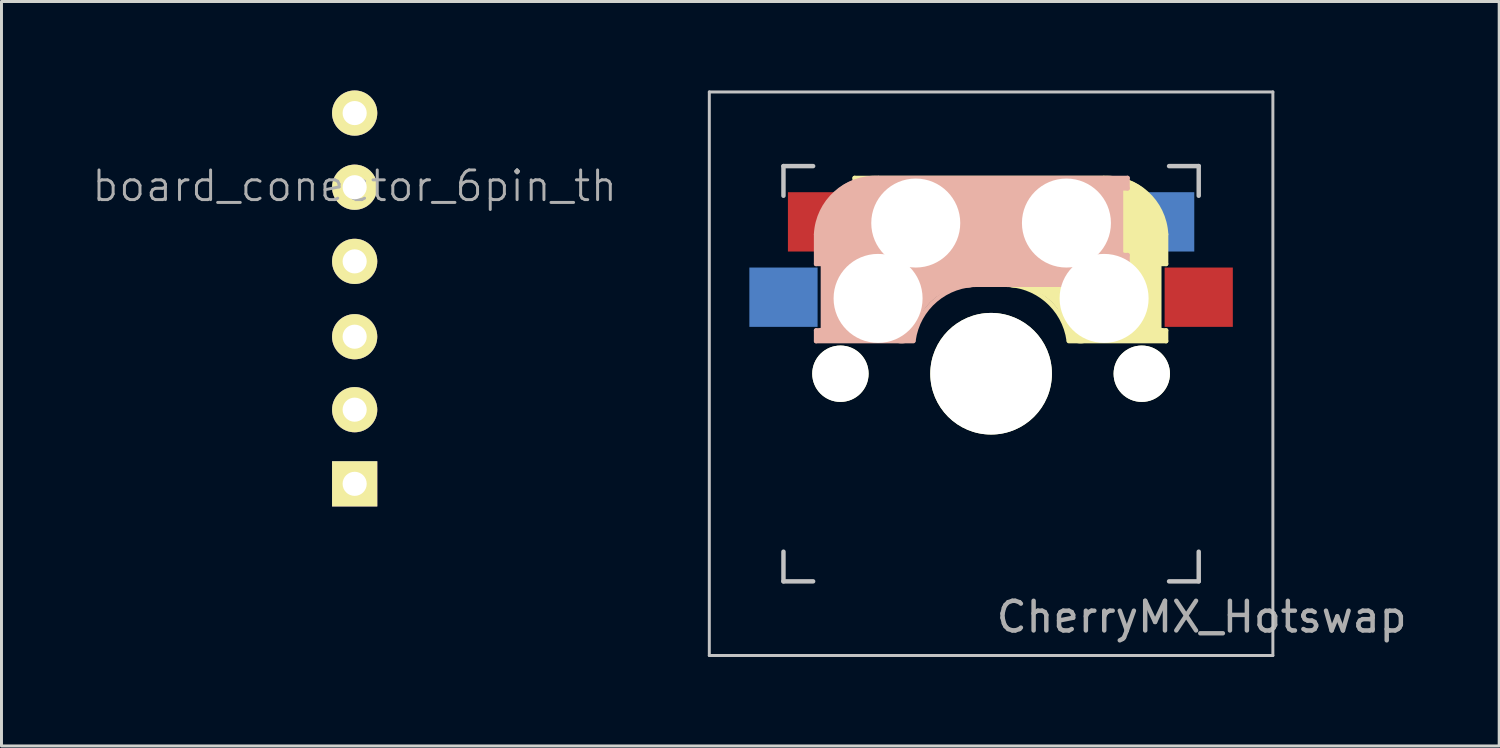
<source format=kicad_pcb>
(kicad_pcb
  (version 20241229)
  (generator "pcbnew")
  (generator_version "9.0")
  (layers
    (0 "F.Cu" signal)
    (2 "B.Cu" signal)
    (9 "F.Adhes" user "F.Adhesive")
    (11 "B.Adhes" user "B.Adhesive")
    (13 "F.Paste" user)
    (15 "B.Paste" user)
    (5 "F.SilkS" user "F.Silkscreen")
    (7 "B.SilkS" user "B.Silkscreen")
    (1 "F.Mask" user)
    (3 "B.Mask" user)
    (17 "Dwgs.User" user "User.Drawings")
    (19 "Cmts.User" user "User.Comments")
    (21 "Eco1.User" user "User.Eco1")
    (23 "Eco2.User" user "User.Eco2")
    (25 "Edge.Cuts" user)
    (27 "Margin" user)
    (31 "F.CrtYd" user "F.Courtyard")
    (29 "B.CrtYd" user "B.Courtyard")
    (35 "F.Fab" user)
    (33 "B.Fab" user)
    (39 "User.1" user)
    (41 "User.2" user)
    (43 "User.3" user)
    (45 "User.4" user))
  (footprint "CherryMX_Hotswap"
    (layer "F.Cu")
    (at 30.364 9.55)
    (property "Reference" "CherryMX_Hotswap" (at 7.1 8.2 0) (layer "F.Fab") (effects (font (size 1 1) (thickness 0.15))))
    (attr through_hole)
    (fp_line (start -4.6 -6.6) (end 3.8 -6.6) (stroke (width 0.15) (type solid)) (layer "F.SilkS"))
    (fp_line (start -4.6 -6.25) (end -4.6 -6.6) (stroke (width 0.15) (type solid)) (layer "F.SilkS"))
    (fp_line (start -4.6 -4) (end -4.4 -4) (stroke (width 0.15) (type solid)) (layer "F.SilkS"))
    (fp_line (start -4.6 -3) (end -4.6 -4) (stroke (width 0.15) (type solid)) (layer "F.SilkS"))
    (fp_line (start -4.4 -6.4) (end -3 -6.4) (stroke (width 0.4) (type solid)) (layer "F.SilkS"))
    (fp_line (start -4.4 -6.25) (end -4.6 -6.25) (stroke (width 0.15) (type solid)) (layer "F.SilkS"))
    (fp_line (start -4.4 -3.9) (end -4.4 -3.2) (stroke (width 0.4) (type solid)) (layer "F.SilkS"))
    (fp_line (start -4.38 -4) (end -4.38 -6.25) (stroke (width 0.15) (type solid)) (layer "F.SilkS"))
    (fp_line (start -4.3 -3.3) (end -2.9 -3.3) (stroke (width 0.5) (type solid)) (layer "F.SilkS"))
    (fp_line (start -3.9 -6) (end -3.9 -3.5) (stroke (width 1) (type solid)) (layer "F.SilkS"))
    (fp_line (start -2.6 -4.8) (end 4.1 -4.8) (stroke (width 3.5) (type solid)) (layer "F.SilkS"))
    (fp_line (start 0.4 -3) (end -4.6 -3) (stroke (width 0.15) (type solid)) (layer "F.SilkS"))
    (fp_line (start 4.17 -5.1) (end 4.17 -2.86) (stroke (width 3) (type solid)) (layer "F.SilkS"))
    (fp_line (start 5.3 -1.6) (end 5.3 -3.4) (stroke (width 0.8) (type solid)) (layer "F.SilkS"))
    (fp_line (start 5.67 -3.7) (end 5.67 -1.46) (stroke (width 0.15) (type solid)) (layer "F.SilkS"))
    (fp_line (start 5.7 -1.46) (end 5.9 -1.46) (stroke (width 0.15) (type solid)) (layer "F.SilkS"))
    (fp_line (start 5.7 -1.3) (end 3 -1.3) (stroke (width 0.5) (type solid)) (layer "F.SilkS"))
    (fp_line (start 5.8 -3.8) (end 5.8 -4.7) (stroke (width 0.3) (type solid)) (layer "F.SilkS"))
    (fp_line (start 5.9 -4.7) (end 5.9 -3.7) (stroke (width 0.15) (type solid)) (layer "F.SilkS"))
    (fp_line (start 5.9 -3.7) (end 5.7 -3.7) (stroke (width 0.15) (type solid)) (layer "F.SilkS"))
    (fp_line (start 5.9 -1.1) (end 2.62 -1.1) (stroke (width 0.15) (type solid)) (layer "F.SilkS"))
    (fp_line (start 5.9 -1.1) (end 5.9 -1.46) (stroke (width 0.15) (type solid)) (layer "F.SilkS"))
    (fp_arc (start 0.4 -3) (mid 1.868709 -2.486118) (end 2.616318 -1.121471) (stroke (width 0.15) (type solid)) (layer "F.SilkS"))
    (fp_arc (start 0.8 -3.4) (mid 2.268709 -2.886118) (end 3.016318 -1.521471) (stroke (width 1) (type solid)) (layer "F.SilkS"))
    (fp_arc (start 3.8 -6.600001) (mid 5.243504 -6.084925) (end 5.900001 -4.7) (stroke (width 0.15) (type solid)) (layer "F.SilkS"))
    (fp_line (start -5.9 -4.7) (end -5.9 -3.7) (stroke (width 0.15) (type solid)) (layer "B.SilkS"))
    (fp_line (start -5.9 -3.7) (end -5.7 -3.7) (stroke (width 0.15) (type solid)) (layer "B.SilkS"))
    (fp_line (start -5.9 -1.1) (end -5.9 -1.46) (stroke (width 0.15) (type solid)) (layer "B.SilkS"))
    (fp_line (start -5.9 -1.1) (end -2.62 -1.1) (stroke (width 0.15) (type solid)) (layer "B.SilkS"))
    (fp_line (start -5.8 -3.8) (end -5.8 -4.7) (stroke (width 0.3) (type solid)) (layer "B.SilkS"))
    (fp_line (start -5.7 -1.46) (end -5.9 -1.46) (stroke (width 0.15) (type solid)) (layer "B.SilkS"))
    (fp_line (start -5.7 -1.3) (end -3 -1.3) (stroke (width 0.5) (type solid)) (layer "B.SilkS"))
    (fp_line (start -5.67 -3.7) (end -5.67 -1.46) (stroke (width 0.15) (type solid)) (layer "B.SilkS"))
    (fp_line (start -5.3 -1.6) (end -5.3 -3.4) (stroke (width 0.8) (type solid)) (layer "B.SilkS"))
    (fp_line (start -4.17 -5.1) (end -4.17 -2.86) (stroke (width 3) (type solid)) (layer "B.SilkS"))
    (fp_line (start -0.4 -3) (end 4.6 -3) (stroke (width 0.15) (type solid)) (layer "B.SilkS"))
    (fp_line (start 2.6 -4.8) (end -4.1 -4.8) (stroke (width 3.5) (type solid)) (layer "B.SilkS"))
    (fp_line (start 3.9 -6) (end 3.9 -3.5) (stroke (width 1) (type solid)) (layer "B.SilkS"))
    (fp_line (start 4.3 -3.3) (end 2.9 -3.3) (stroke (width 0.5) (type solid)) (layer "B.SilkS"))
    (fp_line (start 4.38 -4) (end 4.38 -6.25) (stroke (width 0.15) (type solid)) (layer "B.SilkS"))
    (fp_line (start 4.4 -6.4) (end 3 -6.4) (stroke (width 0.4) (type solid)) (layer "B.SilkS"))
    (fp_line (start 4.4 -6.25) (end 4.6 -6.25) (stroke (width 0.15) (type solid)) (layer "B.SilkS"))
    (fp_line (start 4.4 -3.9) (end 4.4 -3.2) (stroke (width 0.4) (type solid)) (layer "B.SilkS"))
    (fp_line (start 4.6 -6.6) (end -3.8 -6.6) (stroke (width 0.15) (type solid)) (layer "B.SilkS"))
    (fp_line (start 4.6 -6.25) (end 4.6 -6.6) (stroke (width 0.15) (type solid)) (layer "B.SilkS"))
    (fp_line (start 4.6 -4) (end 4.4 -4) (stroke (width 0.15) (type solid)) (layer "B.SilkS"))
    (fp_line (start 4.6 -3) (end 4.6 -4) (stroke (width 0.15) (type solid)) (layer "B.SilkS"))
    (fp_arc (start -5.9 -4.699999) (mid -5.243504 -6.084924) (end -3.800001 -6.6) (stroke (width 0.15) (type solid)) (layer "B.SilkS"))
    (fp_arc (start -3.016318 -1.521471) (mid -2.268709 -2.886118) (end -0.8 -3.4) (stroke (width 1) (type solid)) (layer "B.SilkS"))
    (fp_arc (start -2.616318 -1.121471) (mid -1.868709 -2.486118) (end -0.4 -3) (stroke (width 0.15) (type solid)) (layer "B.SilkS"))
    (fp_line (start -9.5 -9.5) (end 9.5 -9.5) (stroke (width 0.1) (type solid)) (layer "Dwgs.User"))
    (fp_line (start -9.5 9.5) (end -9.5 -9.5) (stroke (width 0.1) (type solid)) (layer "Dwgs.User"))
    (fp_line (start -7 -7) (end -6 -7) (stroke (width 0.15) (type solid)) (layer "Dwgs.User"))
    (fp_line (start -7 -6) (end -7 -7) (stroke (width 0.15) (type solid)) (layer "Dwgs.User"))
    (fp_line (start -7 6) (end -7 7) (stroke (width 0.15) (type solid)) (layer "Dwgs.User"))
    (fp_line (start -7 7) (end -6 7) (stroke (width 0.15) (type solid)) (layer "Dwgs.User"))
    (fp_line (start 6 7) (end 7 7) (stroke (width 0.15) (type solid)) (layer "Dwgs.User"))
    (fp_line (start 7 -7) (end 6 -7) (stroke (width 0.15) (type solid)) (layer "Dwgs.User"))
    (fp_line (start 7 -7) (end 7 -6) (stroke (width 0.15) (type solid)) (layer "Dwgs.User"))
    (fp_line (start 7 7) (end 7 6) (stroke (width 0.15) (type solid)) (layer "Dwgs.User"))
    (fp_line (start 9.5 -9.5) (end 9.5 9.5) (stroke (width 0.1) (type default)) (layer "Dwgs.User"))
    (fp_line (start 9.5 9.5) (end -9.5 9.5) (stroke (width 0.1) (type solid)) (layer "Dwgs.User"))
    (pad "" np_thru_hole circle (at -5.08 0) (size 1.9 1.9) (drill 1.9) (layers "*.Cu" "*.Mask" "F.SilkS"))
    (pad "" np_thru_hole circle (at -3.81 -2.54 180) (size 3 3) (drill 3) (layers "*.Cu" "*.Mask"))
    (pad "" np_thru_hole circle (at -2.54 -5.08 180) (size 3 3) (drill 3) (layers "*.Cu" "*.Mask"))
    (pad "" np_thru_hole circle (at 0 0 90) (size 4.1 4.1) (drill 4.1) (layers "*.Cu" "*.Mask" "F.SilkS"))
    (pad "" np_thru_hole circle (at 2.54 -5.08 180) (size 3 3) (drill 3) (layers "*.Cu" "*.Mask"))
    (pad "" np_thru_hole circle (at 3.81 -2.54 180) (size 3 3) (drill 3) (layers "*.Cu" "*.Mask"))
    (pad "" np_thru_hole circle (at 5.08 0) (size 1.9 1.9) (drill 1.9) (layers "*.Cu" "*.Mask" "F.SilkS"))
    (pad "1" smd rect (at -7 -2.58 180) (size 2.3 2) (layers "B.Cu" "B.Mask" "B.Paste"))
    (pad "1" smd rect (at 7 -2.58 180) (size 2.3 2) (layers "F.Cu" "F.Mask" "F.Paste"))
    (pad "2" smd rect (at -5.7 -5.12 180) (size 2.3 2) (layers "F.Cu" "F.Mask" "F.Paste"))
    (pad "2" smd rect (at 5.7 -5.12 180) (size 2.3 2) (layers "B.Cu" "B.Mask" "B.Paste")))
  (footprint "board_conector_6pin_th"
    (layer "F.Cu")
    (at 8.907 5.762)
    (property "Reference" "board_conector_6pin_th" (at 0 -2.54 0) (unlocked yes) (layer "F.Fab") (effects (font (size 1 1) (thickness 0.1))))
    (attr smd)
    (pad "1" thru_hole circle (at 0 -5) (size 1.524 1.524) (drill 0.813) (layers "*.Cu" "*.Mask" "F.SilkS"))
    (pad "2" thru_hole circle (at 0 -2.5) (size 1.524 1.524) (drill 0.813) (layers "*.Cu" "*.Mask" "F.SilkS"))
    (pad "3" thru_hole circle (at 0 0) (size 1.524 1.524) (drill 0.813) (layers "*.Cu" "*.Mask" "F.SilkS"))
    (pad "4" thru_hole circle (at 0 2.54) (size 1.524 1.524) (drill 0.813) (layers "*.Cu" "*.Mask" "F.SilkS"))
    (pad "5" thru_hole circle (at 0 5) (size 1.524 1.524) (drill 0.813) (layers "*.Cu" "*.Mask" "F.SilkS"))
    (pad "6" thru_hole rect (at 0 7.5) (size 1.524 1.524) (drill 0.813) (layers "*.Cu" "*.Mask" "F.SilkS")))
  (gr_rect
    (start -3 -3)
    (end 47.494 22.1)
    (stroke (width 0.1) (type default))
    (fill no)
    (layer "Edge.Cuts")))
</source>
